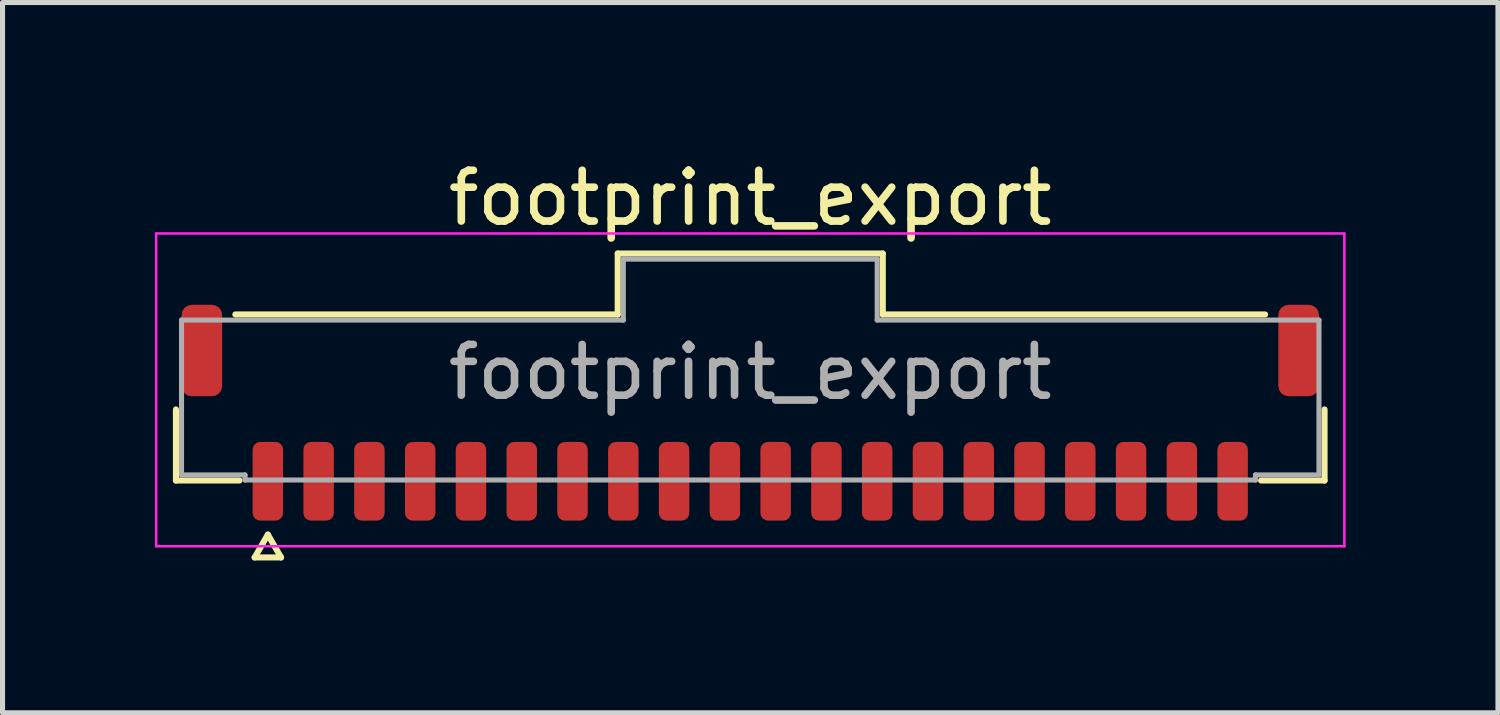
<source format=kicad_pcb>
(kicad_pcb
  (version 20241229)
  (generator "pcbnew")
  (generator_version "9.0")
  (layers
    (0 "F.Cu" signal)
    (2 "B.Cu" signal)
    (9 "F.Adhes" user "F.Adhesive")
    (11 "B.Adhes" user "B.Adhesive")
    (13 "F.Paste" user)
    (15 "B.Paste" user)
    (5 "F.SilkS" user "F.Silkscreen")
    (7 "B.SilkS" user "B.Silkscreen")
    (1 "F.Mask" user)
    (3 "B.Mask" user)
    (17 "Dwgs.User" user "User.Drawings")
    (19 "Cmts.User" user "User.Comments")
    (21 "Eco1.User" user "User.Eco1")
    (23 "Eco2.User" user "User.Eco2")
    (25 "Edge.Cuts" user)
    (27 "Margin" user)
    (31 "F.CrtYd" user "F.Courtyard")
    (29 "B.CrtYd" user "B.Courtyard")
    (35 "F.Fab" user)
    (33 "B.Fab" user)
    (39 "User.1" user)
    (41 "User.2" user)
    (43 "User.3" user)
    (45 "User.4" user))
  (footprint "footprint_export"
    (layer "F.Cu")
    (at 11.725 4.278)
    (property "Reference" "footprint_export" (at 0 -3.43 0) (layer "F.SilkS") (effects (font (size 1 1) (thickness 0.15))))
    (attr smd)
    (fp_line (start -11.31 2.135) (end -11.31 0.735) (stroke (width 0.12) (type solid)) (layer "F.SilkS"))
    (fp_line (start -10.14 -1.135) (end -2.61 -1.135) (stroke (width 0.12) (type solid)) (layer "F.SilkS"))
    (fp_line (start -10.06 2.135) (end -11.31 2.135) (stroke (width 0.12) (type solid)) (layer "F.SilkS"))
    (fp_line (start -9.76 3.65) (end -9.5 3.2) (stroke (width 0.12) (type solid)) (layer "F.SilkS"))
    (fp_line (start -9.5 3.2) (end -9.24 3.65) (stroke (width 0.12) (type solid)) (layer "F.SilkS"))
    (fp_line (start -9.24 3.65) (end -9.76 3.65) (stroke (width 0.12) (type solid)) (layer "F.SilkS"))
    (fp_line (start -2.61 -2.335) (end 2.61 -2.335) (stroke (width 0.12) (type solid)) (layer "F.SilkS"))
    (fp_line (start -2.61 -1.135) (end -2.61 -2.335) (stroke (width 0.12) (type solid)) (layer "F.SilkS"))
    (fp_line (start 2.61 -2.335) (end 2.61 -1.135) (stroke (width 0.12) (type solid)) (layer "F.SilkS"))
    (fp_line (start 2.61 -1.135) (end 10.14 -1.135) (stroke (width 0.12) (type solid)) (layer "F.SilkS"))
    (fp_line (start 11.31 0.735) (end 11.31 2.135) (stroke (width 0.12) (type solid)) (layer "F.SilkS"))
    (fp_line (start 11.31 2.135) (end 10.06 2.135) (stroke (width 0.12) (type solid)) (layer "F.SilkS"))
    (fp_line (start -11.7 -2.73) (end -11.7 3.43) (stroke (width 0.05) (type solid)) (layer "F.CrtYd"))
    (fp_line (start -11.7 3.43) (end 11.7 3.43) (stroke (width 0.05) (type solid)) (layer "F.CrtYd"))
    (fp_line (start 11.7 -2.73) (end -11.7 -2.73) (stroke (width 0.05) (type solid)) (layer "F.CrtYd"))
    (fp_line (start 11.7 3.43) (end 11.7 -2.73) (stroke (width 0.05) (type solid)) (layer "F.CrtYd"))
    (fp_line (start -11.2 -1.025) (end -2.5 -1.025) (stroke (width 0.1) (type solid)) (layer "F.Fab"))
    (fp_line (start -11.2 2.025) (end -11.2 -1.025) (stroke (width 0.1) (type solid)) (layer "F.Fab"))
    (fp_line (start -9.95 2.025) (end -11.2 2.025) (stroke (width 0.1) (type solid)) (layer "F.Fab"))
    (fp_line (start -9.95 2.125) (end -9.95 2.025) (stroke (width 0.1) (type solid)) (layer "F.Fab"))
    (fp_line (start -2.5 -2.225) (end 2.5 -2.225) (stroke (width 0.1) (type solid)) (layer "F.Fab"))
    (fp_line (start -2.5 -1.025) (end -2.5 -2.225) (stroke (width 0.1) (type solid)) (layer "F.Fab"))
    (fp_line (start 2.5 -2.225) (end 2.5 -1.025) (stroke (width 0.1) (type solid)) (layer "F.Fab"))
    (fp_line (start 2.5 -1.025) (end 11.2 -1.025) (stroke (width 0.1) (type solid)) (layer "F.Fab"))
    (fp_line (start 9.95 2.025) (end 9.95 2.125) (stroke (width 0.1) (type solid)) (layer "F.Fab"))
    (fp_line (start 9.95 2.125) (end -9.95 2.125) (stroke (width 0.1) (type solid)) (layer "F.Fab"))
    (fp_line (start 11.2 -1.025) (end 11.2 2.025) (stroke (width 0.1) (type solid)) (layer "F.Fab"))
    (fp_line (start 11.2 2.025) (end 9.95 2.025) (stroke (width 0.1) (type solid)) (layer "F.Fab"))
    (fp_text user "${REFERENCE}" (at 0 0 0) (layer "F.Fab") (effects (font (size 1 1) (thickness 0.15))))
    (pad "1" smd roundrect (at -9.5 2.15) (size 0.6 1.55) (layers "F.Cu" "F.Mask" "F.Paste") (roundrect_rratio 0.25))
    (pad "2" smd roundrect (at -8.5 2.15) (size 0.6 1.55) (layers "F.Cu" "F.Mask" "F.Paste") (roundrect_rratio 0.25))
    (pad "3" smd roundrect (at -7.5 2.15) (size 0.6 1.55) (layers "F.Cu" "F.Mask" "F.Paste") (roundrect_rratio 0.25))
    (pad "4" smd roundrect (at -6.5 2.15) (size 0.6 1.55) (layers "F.Cu" "F.Mask" "F.Paste") (roundrect_rratio 0.25))
    (pad "5" smd roundrect (at -5.5 2.15) (size 0.6 1.55) (layers "F.Cu" "F.Mask" "F.Paste") (roundrect_rratio 0.25))
    (pad "6" smd roundrect (at -4.5 2.15) (size 0.6 1.55) (layers "F.Cu" "F.Mask" "F.Paste") (roundrect_rratio 0.25))
    (pad "7" smd roundrect (at -3.5 2.15) (size 0.6 1.55) (layers "F.Cu" "F.Mask" "F.Paste") (roundrect_rratio 0.25))
    (pad "8" smd roundrect (at -2.5 2.15) (size 0.6 1.55) (layers "F.Cu" "F.Mask" "F.Paste") (roundrect_rratio 0.25))
    (pad "9" smd roundrect (at -1.5 2.15) (size 0.6 1.55) (layers "F.Cu" "F.Mask" "F.Paste") (roundrect_rratio 0.25))
    (pad "10" smd roundrect (at -0.5 2.15) (size 0.6 1.55) (layers "F.Cu" "F.Mask" "F.Paste") (roundrect_rratio 0.25))
    (pad "11" smd roundrect (at 0.5 2.15) (size 0.6 1.55) (layers "F.Cu" "F.Mask" "F.Paste") (roundrect_rratio 0.25))
    (pad "12" smd roundrect (at 1.5 2.15) (size 0.6 1.55) (layers "F.Cu" "F.Mask" "F.Paste") (roundrect_rratio 0.25))
    (pad "13" smd roundrect (at 2.5 2.15) (size 0.6 1.55) (layers "F.Cu" "F.Mask" "F.Paste") (roundrect_rratio 0.25))
    (pad "14" smd roundrect (at 3.5 2.15) (size 0.6 1.55) (layers "F.Cu" "F.Mask" "F.Paste") (roundrect_rratio 0.25))
    (pad "15" smd roundrect (at 4.5 2.15) (size 0.6 1.55) (layers "F.Cu" "F.Mask" "F.Paste") (roundrect_rratio 0.25))
    (pad "16" smd roundrect (at 5.5 2.15) (size 0.6 1.55) (layers "F.Cu" "F.Mask" "F.Paste") (roundrect_rratio 0.25))
    (pad "17" smd roundrect (at 6.5 2.15) (size 0.6 1.55) (layers "F.Cu" "F.Mask" "F.Paste") (roundrect_rratio 0.25))
    (pad "18" smd roundrect (at 7.5 2.15) (size 0.6 1.55) (layers "F.Cu" "F.Mask" "F.Paste") (roundrect_rratio 0.25))
    (pad "19" smd roundrect (at 8.5 2.15) (size 0.6 1.55) (layers "F.Cu" "F.Mask" "F.Paste") (roundrect_rratio 0.25))
    (pad "20" smd roundrect (at 9.5 2.15) (size 0.6 1.55) (layers "F.Cu" "F.Mask" "F.Paste") (roundrect_rratio 0.25))
    (pad "MP" smd roundrect (at -10.8 -0.425) (size 0.8 1.8) (layers "F.Cu" "F.Mask" "F.Paste") (roundrect_rratio 0.25))
    (pad "MP" smd roundrect (at 10.8 -0.425) (size 0.8 1.8) (layers "F.Cu" "F.Mask" "F.Paste") (roundrect_rratio 0.25)))
  (gr_rect
    (start -3 -3)
    (end 26.45 10.988)
    (stroke (width 0.1) (type default))
    (fill no)
    (layer "Edge.Cuts")))
</source>
